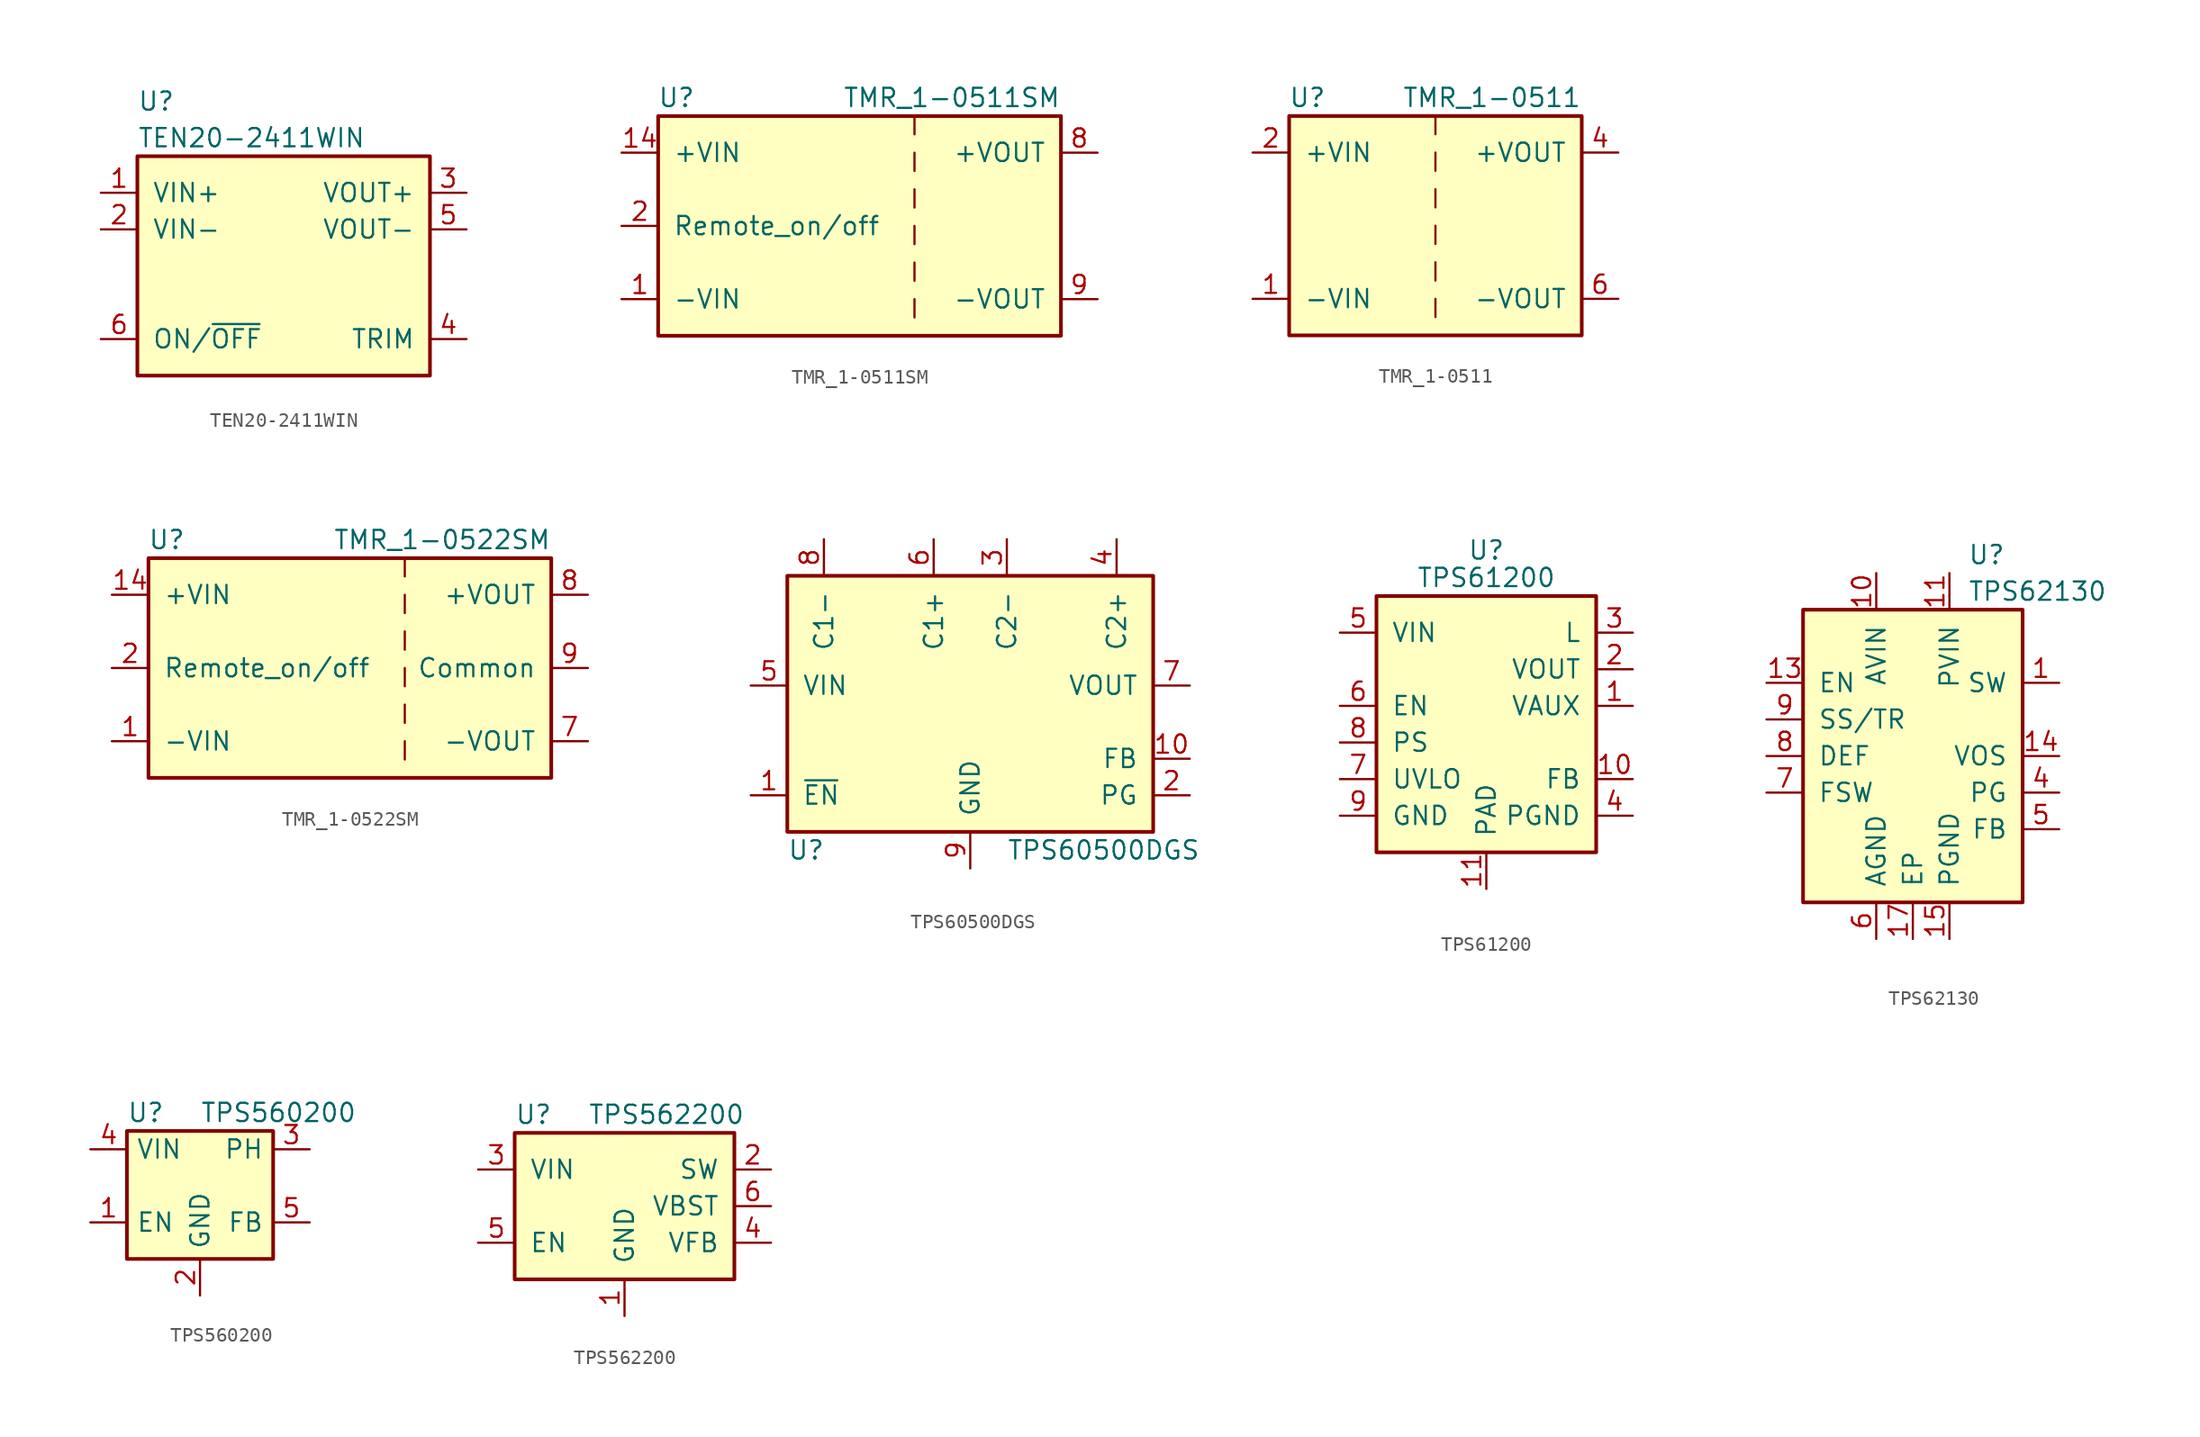
<source format=kicad_sym>
(kicad_symbol_lib
  (version 20211014)
  (generator kicad_symbol_editor)
  (symbol "TEN20-2411WIN"
    (pin_names
      (offset 1.016))
    (property "Reference" "U"
      (at -10.16 11.43 0)
      (effects (font (size 1.27 1.27)) (justify left)))
    (property "Value" "TEN20-2411WIN"
      (at -10.16 8.89 0)
      (effects (font (size 1.27 1.27)) (justify left)))
    (symbol "TEN20-2411WIN_0_1"
      (rectangle (start -10.16 7.62) (end 10.16 -7.62) (stroke (width 0.254) (type default) (color 0 0 0 0)) (fill (type background))))
    (symbol "TEN20-2411WIN_1_1"
      (pin power_in line (at -12.7 5.08 0) (length 2.54) (name "VIN+" (effects (font (size 1.27 1.27)))) (number "1" (effects (font (size 1.27 1.27)))))
      (pin power_in line (at -12.7 2.54 0) (length 2.54) (name "VIN-" (effects (font (size 1.27 1.27)))) (number "2" (effects (font (size 1.27 1.27)))))
      (pin power_out line (at 12.7 5.08 180) (length 2.54) (name "VOUT+" (effects (font (size 1.27 1.27)))) (number "3" (effects (font (size 1.27 1.27)))))
      (pin passive line (at 12.7 -5.08 180) (length 2.54) (name "TRIM" (effects (font (size 1.27 1.27)))) (number "4" (effects (font (size 1.27 1.27)))))
      (pin power_out line (at 12.7 2.54 180) (length 2.54) (name "VOUT-" (effects (font (size 1.27 1.27)))) (number "5" (effects (font (size 1.27 1.27)))))
      (pin input line (at -12.7 -5.08 0) (length 2.54) (name "ON/~{OFF}" (effects (font (size 1.27 1.27)))) (number "6" (effects (font (size 1.27 1.27)))))))
  (symbol "TMR_1-0511SM"
    (pin_names
      (offset 1.016))
    (property "Reference" "U"
      (at -16.51 8.89 0)
      (effects (font (size 1.27 1.27))))
    (property "Value" "TMR_1-0511SM"
      (at 10.16 8.89 0)
      (effects (font (size 1.27 1.27)) (justify right)))
    (symbol "TMR_1-0511SM_0_1"
      (rectangle (start -17.78 7.62) (end 10.16 -7.62) (stroke (width 0.254) (type default) (color 0 0 0 0)) (fill (type background)))
      (polyline (pts (xy 0 -5.08) (xy 0 -6.35)) (stroke (width 0) (type default) (color 0 0 0 0)) (fill (type none)))
      (polyline (pts (xy 0 -2.54) (xy 0 -3.81)) (stroke (width 0) (type default) (color 0 0 0 0)) (fill (type none)))
      (polyline (pts (xy 0 0) (xy 0 -1.27)) (stroke (width 0) (type default) (color 0 0 0 0)) (fill (type none)))
      (polyline (pts (xy 0 2.54) (xy 0 1.27)) (stroke (width 0) (type default) (color 0 0 0 0)) (fill (type none)))
      (polyline (pts (xy 0 5.08) (xy 0 3.81)) (stroke (width 0) (type default) (color 0 0 0 0)) (fill (type none)))
      (polyline (pts (xy 0 7.62) (xy 0 6.35)) (stroke (width 0) (type default) (color 0 0 0 0)) (fill (type none))))
    (symbol "TMR_1-0511SM_1_1"
      (pin power_in line (at -20.32 -5.08 0) (length 2.54) (name "-VIN" (effects (font (size 1.27 1.27)))) (number "1" (effects (font (size 1.27 1.27)))))
      (pin power_in line (at -20.32 5.08 0) (length 2.54) (name "+VIN" (effects (font (size 1.27 1.27)))) (number "14" (effects (font (size 1.27 1.27)))))
      (pin input line (at -20.32 0 0) (length 2.54) (name "Remote_on/off" (effects (font (size 1.27 1.27)))) (number "2" (effects (font (size 1.27 1.27)))))
      (pin no_connect line (at 12.7 2.54 180) (length 2.54) hide (name "NC" (effects (font (size 1.27 1.27)))) (number "6" (effects (font (size 1.27 1.27)))))
      (pin no_connect line (at 12.7 -2.54 180) (length 2.54) hide (name "NC" (effects (font (size 1.27 1.27)))) (number "7" (effects (font (size 1.27 1.27)))))
      (pin power_out line (at 12.7 5.08 180) (length 2.54) (name "+VOUT" (effects (font (size 1.27 1.27)))) (number "8" (effects (font (size 1.27 1.27)))))
      (pin power_out line (at 12.7 -5.08 180) (length 2.54) (name "-VOUT" (effects (font (size 1.27 1.27)))) (number "9" (effects (font (size 1.27 1.27)))))))
  (symbol "TMR_1-0511"
    (pin_names
      (offset 1.016))
    (property "Reference" "U"
      (at -8.89 8.89 0)
      (effects (font (size 1.27 1.27))))
    (property "Value" "TMR_1-0511"
      (at 10.16 8.89 0)
      (effects (font (size 1.27 1.27)) (justify right)))
    (symbol "TMR_1-0511_0_1"
      (rectangle (start -10.16 7.62) (end 10.16 -7.62) (stroke (width 0.254) (type default) (color 0 0 0 0)) (fill (type background)))
      (polyline (pts (xy 0 -5.08) (xy 0 -6.35)) (stroke (width 0) (type default) (color 0 0 0 0)) (fill (type none)))
      (polyline (pts (xy 0 -2.54) (xy 0 -3.81)) (stroke (width 0) (type default) (color 0 0 0 0)) (fill (type none)))
      (polyline (pts (xy 0 0) (xy 0 -1.27)) (stroke (width 0) (type default) (color 0 0 0 0)) (fill (type none)))
      (polyline (pts (xy 0 2.54) (xy 0 1.27)) (stroke (width 0) (type default) (color 0 0 0 0)) (fill (type none)))
      (polyline (pts (xy 0 5.08) (xy 0 3.81)) (stroke (width 0) (type default) (color 0 0 0 0)) (fill (type none)))
      (polyline (pts (xy 0 7.62) (xy 0 6.35)) (stroke (width 0) (type default) (color 0 0 0 0)) (fill (type none))))
    (symbol "TMR_1-0511_1_1"
      (pin power_in line (at -12.7 -5.08 0) (length 2.54) (name "-VIN" (effects (font (size 1.27 1.27)))) (number "1" (effects (font (size 1.27 1.27)))))
      (pin power_in line (at -12.7 5.08 0) (length 2.54) (name "+VIN" (effects (font (size 1.27 1.27)))) (number "2" (effects (font (size 1.27 1.27)))))
      (pin power_out line (at 12.7 5.08 180) (length 2.54) (name "+VOUT" (effects (font (size 1.27 1.27)))) (number "4" (effects (font (size 1.27 1.27)))))
      (pin power_out line (at 12.7 -5.08 180) (length 2.54) (name "-VOUT" (effects (font (size 1.27 1.27)))) (number "6" (effects (font (size 1.27 1.27)))))))
  (symbol "TMR_1-0522SM"
    (pin_names
      (offset 1.016))
    (property "Reference" "U"
      (at -16.51 8.89 0)
      (effects (font (size 1.27 1.27))))
    (property "Value" "TMR_1-0522SM"
      (at 10.16 8.89 0)
      (effects (font (size 1.27 1.27)) (justify right)))
    (symbol "TMR_1-0522SM_0_1"
      (rectangle (start -17.78 7.62) (end 10.16 -7.62) (stroke (width 0.254) (type default) (color 0 0 0 0)) (fill (type background)))
      (polyline (pts (xy 0 -5.08) (xy 0 -6.35)) (stroke (width 0) (type default) (color 0 0 0 0)) (fill (type none)))
      (polyline (pts (xy 0 -2.54) (xy 0 -3.81)) (stroke (width 0) (type default) (color 0 0 0 0)) (fill (type none)))
      (polyline (pts (xy 0 0) (xy 0 -1.27)) (stroke (width 0) (type default) (color 0 0 0 0)) (fill (type none)))
      (polyline (pts (xy 0 2.54) (xy 0 1.27)) (stroke (width 0) (type default) (color 0 0 0 0)) (fill (type none)))
      (polyline (pts (xy 0 5.08) (xy 0 3.81)) (stroke (width 0) (type default) (color 0 0 0 0)) (fill (type none)))
      (polyline (pts (xy 0 7.62) (xy 0 6.35)) (stroke (width 0) (type default) (color 0 0 0 0)) (fill (type none))))
    (symbol "TMR_1-0522SM_1_1"
      (pin power_in line (at -20.32 -5.08 0) (length 2.54) (name "-VIN" (effects (font (size 1.27 1.27)))) (number "1" (effects (font (size 1.27 1.27)))))
      (pin power_in line (at -20.32 5.08 0) (length 2.54) (name "+VIN" (effects (font (size 1.27 1.27)))) (number "14" (effects (font (size 1.27 1.27)))))
      (pin input line (at -20.32 0 0) (length 2.54) (name "Remote_on/off" (effects (font (size 1.27 1.27)))) (number "2" (effects (font (size 1.27 1.27)))))
      (pin passive line (at 12.7 0 180) (length 2.54) hide (name "Common" (effects (font (size 1.27 1.27)))) (number "6" (effects (font (size 1.27 1.27)))))
      (pin power_out line (at 12.7 -5.08 180) (length 2.54) (name "-VOUT" (effects (font (size 1.27 1.27)))) (number "7" (effects (font (size 1.27 1.27)))))
      (pin power_out line (at 12.7 5.08 180) (length 2.54) (name "+VOUT" (effects (font (size 1.27 1.27)))) (number "8" (effects (font (size 1.27 1.27)))))
      (pin power_out line (at 12.7 0 180) (length 2.54) (name "Common" (effects (font (size 1.27 1.27)))) (number "9" (effects (font (size 1.27 1.27)))))))
  (symbol "TPS60500DGS"
    (pin_names
      (offset 1.016))
    (property "Reference" "U"
      (at -12.7 -8.89 0)
      (effects (font (size 1.27 1.27)) (justify left)))
    (property "Value" "TPS60500DGS"
      (at 2.54 -8.89 0)
      (effects (font (size 1.27 1.27)) (justify left)))
    (symbol "TPS60500DGS_0_1"
      (rectangle (start -12.7 10.16) (end 12.7 -7.62) (stroke (width 0.254) (type default) (color 0 0 0 0)) (fill (type background))))
    (symbol "TPS60500DGS_1_1"
      (pin input line (at -15.24 -5.08 0) (length 2.54) (name "~{EN}" (effects (font (size 1.27 1.27)))) (number "1" (effects (font (size 1.27 1.27)))))
      (pin input line (at 15.24 -2.54 180) (length 2.54) (name "FB" (effects (font (size 1.27 1.27)))) (number "10" (effects (font (size 1.27 1.27)))))
      (pin open_collector line (at 15.24 -5.08 180) (length 2.54) (name "PG" (effects (font (size 1.27 1.27)))) (number "2" (effects (font (size 1.27 1.27)))))
      (pin passive line (at 2.54 12.7 270) (length 2.54) (name "C2-" (effects (font (size 1.27 1.27)))) (number "3" (effects (font (size 1.27 1.27)))))
      (pin passive line (at 10.16 12.7 270) (length 2.54) (name "C2+" (effects (font (size 1.27 1.27)))) (number "4" (effects (font (size 1.27 1.27)))))
      (pin input line (at -15.24 2.54 0) (length 2.54) (name "VIN" (effects (font (size 1.27 1.27)))) (number "5" (effects (font (size 1.27 1.27)))))
      (pin passive line (at -2.54 12.7 270) (length 2.54) (name "C1+" (effects (font (size 1.27 1.27)))) (number "6" (effects (font (size 1.27 1.27)))))
      (pin power_out line (at 15.24 2.54 180) (length 2.54) (name "VOUT" (effects (font (size 1.27 1.27)))) (number "7" (effects (font (size 1.27 1.27)))))
      (pin passive line (at -10.16 12.7 270) (length 2.54) (name "C1-" (effects (font (size 1.27 1.27)))) (number "8" (effects (font (size 1.27 1.27)))))
      (pin power_in line (at 0 -10.16 90) (length 2.54) (name "GND" (effects (font (size 1.27 1.27)))) (number "9" (effects (font (size 1.27 1.27)))))))
  (symbol "TPS61200"
    (pin_names
      (offset 1.016))
    (property "Reference" "U"
      (at 0 10.795 0)
      (effects (font (size 1.27 1.27))))
    (property "Value" "TPS61200"
      (at 0 8.89 0)
      (effects (font (size 1.27 1.27))))
    (symbol "TPS61200_0_1"
      (rectangle (start -7.62 7.62) (end 7.62 -10.16) (stroke (width 0.254) (type default) (color 0 0 0 0)) (fill (type background))))
    (symbol "TPS61200_1_1"
      (pin bidirectional line (at 10.16 0 180) (length 2.54) (name "VAUX" (effects (font (size 1.27 1.27)))) (number "1" (effects (font (size 1.27 1.27)))))
      (pin input line (at 10.16 -5.08 180) (length 2.54) (name "FB" (effects (font (size 1.27 1.27)))) (number "10" (effects (font (size 1.27 1.27)))))
      (pin power_in line (at 0 -12.7 90) (length 2.54) (name "PAD" (effects (font (size 1.27 1.27)))) (number "11" (effects (font (size 1.27 1.27)))))
      (pin power_out line (at 10.16 2.54 180) (length 2.54) (name "VOUT" (effects (font (size 1.27 1.27)))) (number "2" (effects (font (size 1.27 1.27)))))
      (pin input line (at 10.16 5.08 180) (length 2.54) (name "L" (effects (font (size 1.27 1.27)))) (number "3" (effects (font (size 1.27 1.27)))))
      (pin power_in line (at 10.16 -7.62 180) (length 2.54) (name "PGND" (effects (font (size 1.27 1.27)))) (number "4" (effects (font (size 1.27 1.27)))))
      (pin power_in line (at -10.16 5.08 0) (length 2.54) (name "VIN" (effects (font (size 1.27 1.27)))) (number "5" (effects (font (size 1.27 1.27)))))
      (pin input line (at -10.16 0 0) (length 2.54) (name "EN" (effects (font (size 1.27 1.27)))) (number "6" (effects (font (size 1.27 1.27)))))
      (pin input line (at -10.16 -5.08 0) (length 2.54) (name "UVLO" (effects (font (size 1.27 1.27)))) (number "7" (effects (font (size 1.27 1.27)))))
      (pin input line (at -10.16 -2.54 0) (length 2.54) (name "PS" (effects (font (size 1.27 1.27)))) (number "8" (effects (font (size 1.27 1.27)))))
      (pin power_in line (at -10.16 -7.62 0) (length 2.54) (name "GND" (effects (font (size 1.27 1.27)))) (number "9" (effects (font (size 1.27 1.27)))))))
  (symbol "TPS62130"
    (pin_names
      (offset 1.016))
    (property "Reference" "U"
      (at 3.81 13.97 0)
      (effects (font (size 1.27 1.27)) (justify left)))
    (property "Value" "TPS62130"
      (at 3.81 11.43 0)
      (effects (font (size 1.27 1.27)) (justify left)))
    (symbol "TPS62130_0_1"
      (rectangle (start -7.62 10.16) (end 7.62 -10.16) (stroke (width 0.254) (type default) (color 0 0 0 0)) (fill (type background))))
    (symbol "TPS62130_1_1"
      (pin output line (at 10.16 5.08 180) (length 2.54) (name "SW" (effects (font (size 1.27 1.27)))) (number "1" (effects (font (size 1.27 1.27)))))
      (pin power_in line (at -2.54 12.7 270) (length 2.54) (name "AVIN" (effects (font (size 1.27 1.27)))) (number "10" (effects (font (size 1.27 1.27)))))
      (pin power_in line (at 2.54 12.7 270) (length 2.54) (name "PVIN" (effects (font (size 1.27 1.27)))) (number "11" (effects (font (size 1.27 1.27)))))
      (pin passive line (at 2.54 12.7 270) (length 2.54) hide (name "PVIN" (effects (font (size 1.27 1.27)))) (number "12" (effects (font (size 1.27 1.27)))))
      (pin input line (at -10.16 5.08 0) (length 2.54) (name "EN" (effects (font (size 1.27 1.27)))) (number "13" (effects (font (size 1.27 1.27)))))
      (pin input line (at 10.16 0 180) (length 2.54) (name "VOS" (effects (font (size 1.27 1.27)))) (number "14" (effects (font (size 1.27 1.27)))))
      (pin power_in line (at 2.54 -12.7 90) (length 2.54) (name "PGND" (effects (font (size 1.27 1.27)))) (number "15" (effects (font (size 1.27 1.27)))))
      (pin passive line (at 2.54 -12.7 90) (length 2.54) hide (name "PGND" (effects (font (size 1.27 1.27)))) (number "16" (effects (font (size 1.27 1.27)))))
      (pin power_in line (at 0 -12.7 90) (length 2.54) (name "EP" (effects (font (size 1.27 1.27)))) (number "17" (effects (font (size 1.27 1.27)))))
      (pin passive line (at 10.16 5.08 180) (length 2.54) hide (name "SW" (effects (font (size 1.27 1.27)))) (number "2" (effects (font (size 1.27 1.27)))))
      (pin passive line (at 10.16 5.08 180) (length 2.54) hide (name "SW" (effects (font (size 1.27 1.27)))) (number "3" (effects (font (size 1.27 1.27)))))
      (pin output line (at 10.16 -2.54 180) (length 2.54) (name "PG" (effects (font (size 1.27 1.27)))) (number "4" (effects (font (size 1.27 1.27)))))
      (pin input line (at 10.16 -5.08 180) (length 2.54) (name "FB" (effects (font (size 1.27 1.27)))) (number "5" (effects (font (size 1.27 1.27)))))
      (pin power_in line (at -2.54 -12.7 90) (length 2.54) (name "AGND" (effects (font (size 1.27 1.27)))) (number "6" (effects (font (size 1.27 1.27)))))
      (pin input line (at -10.16 -2.54 0) (length 2.54) (name "FSW" (effects (font (size 1.27 1.27)))) (number "7" (effects (font (size 1.27 1.27)))))
      (pin input line (at -10.16 0 0) (length 2.54) (name "DEF" (effects (font (size 1.27 1.27)))) (number "8" (effects (font (size 1.27 1.27)))))
      (pin input line (at -10.16 2.54 0) (length 2.54) (name "SS/TR" (effects (font (size 1.27 1.27)))) (number "9" (effects (font (size 1.27 1.27)))))))
  (symbol "TPS560200"
    (pin_names
      (offset 0.635))
    (property "Reference" "U"
      (at -5.08 5.08 0)
      (effects (font (size 1.27 1.27)) (justify left)))
    (property "Value" "TPS560200"
      (at 0 5.08 0)
      (effects (font (size 1.27 1.27)) (justify left)))
    (symbol "TPS560200_0_1"
      (rectangle (start -5.08 3.81) (end 5.08 -5.08) (stroke (width 0.254) (type default) (color 0 0 0 0)) (fill (type background))))
    (symbol "TPS560200_1_1"
      (pin input line (at -7.62 -2.54 0) (length 2.54) (name "EN" (effects (font (size 1.27 1.27)))) (number "1" (effects (font (size 1.27 1.27)))))
      (pin power_in line (at 0 -7.62 90) (length 2.54) (name "GND" (effects (font (size 1.27 1.27)))) (number "2" (effects (font (size 1.27 1.27)))))
      (pin power_out line (at 7.62 2.54 180) (length 2.54) (name "PH" (effects (font (size 1.27 1.27)))) (number "3" (effects (font (size 1.27 1.27)))))
      (pin power_in line (at -7.62 2.54 0) (length 2.54) (name "VIN" (effects (font (size 1.27 1.27)))) (number "4" (effects (font (size 1.27 1.27)))))
      (pin input line (at 7.62 -2.54 180) (length 2.54) (name "FB" (effects (font (size 1.27 1.27)))) (number "5" (effects (font (size 1.27 1.27)))))))
  (symbol "TPS562200"
    (pin_names
      (offset 1.016))
    (property "Reference" "U"
      (at -7.62 6.35 0)
      (effects (font (size 1.27 1.27)) (justify left)))
    (property "Value" "TPS562200"
      (at -2.54 6.35 0)
      (effects (font (size 1.27 1.27)) (justify left)))
    (symbol "TPS562200_0_1"
      (rectangle (start -7.62 5.08) (end 7.62 -5.08) (stroke (width 0.254) (type default) (color 0 0 0 0)) (fill (type background))))
    (symbol "TPS562200_1_1"
      (pin power_in line (at 0 -7.62 90) (length 2.54) (name "GND" (effects (font (size 1.27 1.27)))) (number "1" (effects (font (size 1.27 1.27)))))
      (pin output line (at 10.16 2.54 180) (length 2.54) (name "SW" (effects (font (size 1.27 1.27)))) (number "2" (effects (font (size 1.27 1.27)))))
      (pin power_in line (at -10.16 2.54 0) (length 2.54) (name "VIN" (effects (font (size 1.27 1.27)))) (number "3" (effects (font (size 1.27 1.27)))))
      (pin input line (at 10.16 -2.54 180) (length 2.54) (name "VFB" (effects (font (size 1.27 1.27)))) (number "4" (effects (font (size 1.27 1.27)))))
      (pin input line (at -10.16 -2.54 0) (length 2.54) (name "EN" (effects (font (size 1.27 1.27)))) (number "5" (effects (font (size 1.27 1.27)))))
      (pin input line (at 10.16 0 180) (length 2.54) (name "VBST" (effects (font (size 1.27 1.27)))) (number "6" (effects (font (size 1.27 1.27))))))))
</source>
